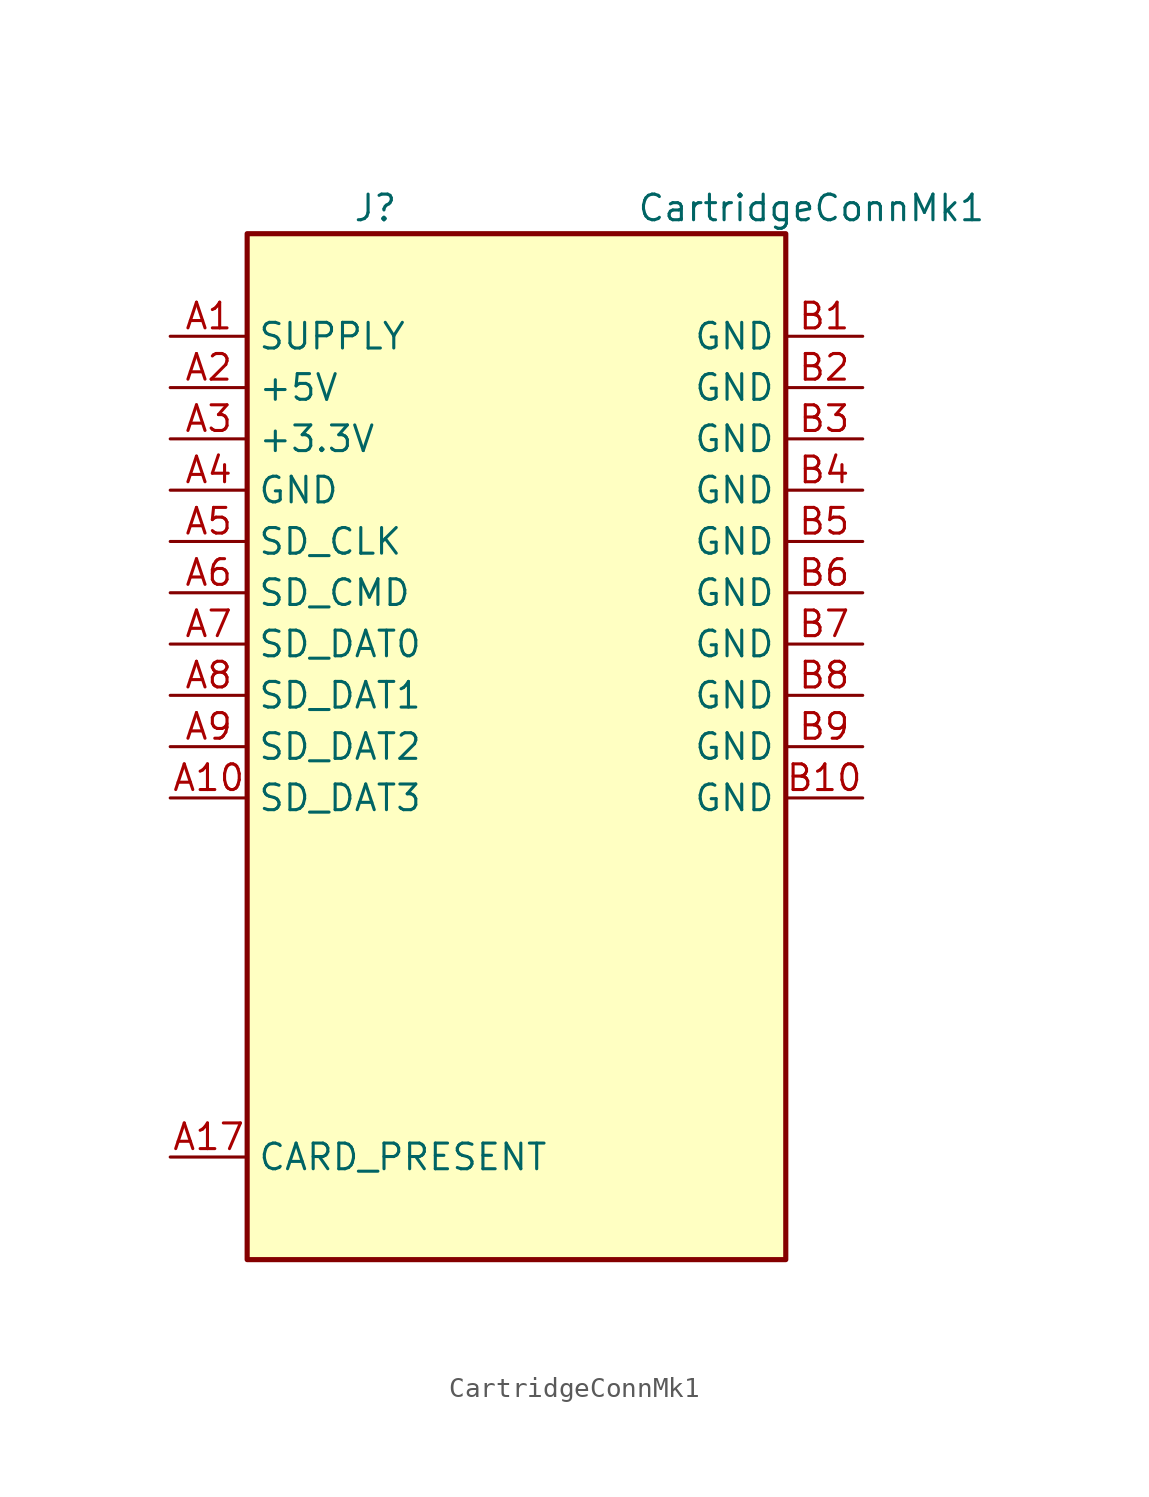
<source format=kicad_sym>
(kicad_symbol_lib
  (version 20231120)
  (generator "kicad_symbol_editor")
  (generator_version "8.0")
  (symbol "CartridgeConnMk1"
    (property "Reference" "J"
      (at -6.35 26.67 0)
      (effects (font (size 1.27 1.27))))
    (property "Value" "CartridgeConnMk1"
      (at 15.24 26.67 0)
      (effects (font (size 1.27 1.27))))
    (symbol "CartridgeConnMk1_0_1"
      (rectangle (start -12.7 25.4) (end 13.97 -25.4) (stroke (width 0.254) (type default)) (fill (type background))))
    (symbol "CartridgeConnMk1_1_1"
      (pin passive line (at -16.51 20.32 0) (length 3.81) (name "SUPPLY" (effects (font (size 1.27 1.27)))) (number "A1" (effects (font (size 1.27 1.27)))))
      (pin passive line (at -16.51 -2.54 0) (length 3.81) (name "SD_DAT3" (effects (font (size 1.27 1.27)))) (number "A10" (effects (font (size 1.27 1.27)))))
      (pin input line (at -16.51 -5.08 0) (length 3.81) hide (name "" (effects (font (size 1.27 1.27)))) (number "A11" (effects (font (size 1.27 1.27)))))
      (pin passive line (at -16.51 -7.62 0) (length 3.81) hide (name "" (effects (font (size 1.27 1.27)))) (number "A12" (effects (font (size 1.27 1.27)))))
      (pin input line (at -16.51 -10.16 0) (length 3.81) hide (name "" (effects (font (size 1.27 1.27)))) (number "A13" (effects (font (size 1.27 1.27)))))
      (pin input line (at -16.51 -12.7 0) (length 3.81) hide (name "" (effects (font (size 1.27 1.27)))) (number "A14" (effects (font (size 1.27 1.27)))))
      (pin passive line (at -16.51 -15.24 0) (length 3.81) hide (name "" (effects (font (size 1.27 1.27)))) (number "A15" (effects (font (size 1.27 1.27)))))
      (pin output line (at -16.51 -17.78 0) (length 3.81) hide (name "" (effects (font (size 1.27 1.27)))) (number "A16" (effects (font (size 1.27 1.27)))))
      (pin output line (at -16.51 -20.32 0) (length 3.81) (name "CARD_PRESENT" (effects (font (size 1.27 1.27)))) (number "A17" (effects (font (size 1.27 1.27)))))
      (pin passive line (at -16.51 -22.86 0) (length 3.81) hide (name "" (effects (font (size 1.27 1.27)))) (number "A18" (effects (font (size 1.27 1.27)))))
      (pin passive line (at -16.51 17.78 0) (length 3.81) (name "+5V" (effects (font (size 1.27 1.27)))) (number "A2" (effects (font (size 1.27 1.27)))))
      (pin passive line (at -16.51 15.24 0) (length 3.81) (name "+3.3V" (effects (font (size 1.27 1.27)))) (number "A3" (effects (font (size 1.27 1.27)))))
      (pin passive line (at -16.51 12.7 0) (length 3.81) (name "GND" (effects (font (size 1.27 1.27)))) (number "A4" (effects (font (size 1.27 1.27)))))
      (pin passive line (at -16.51 10.16 0) (length 3.81) (name "SD_CLK" (effects (font (size 1.27 1.27)))) (number "A5" (effects (font (size 1.27 1.27)))))
      (pin passive line (at -16.51 7.62 0) (length 3.81) (name "SD_CMD" (effects (font (size 1.27 1.27)))) (number "A6" (effects (font (size 1.27 1.27)))))
      (pin passive line (at -16.51 5.08 0) (length 3.81) (name "SD_DAT0" (effects (font (size 1.27 1.27)))) (number "A7" (effects (font (size 1.27 1.27)))))
      (pin passive line (at -16.51 2.54 0) (length 3.81) (name "SD_DAT1" (effects (font (size 1.27 1.27)))) (number "A8" (effects (font (size 1.27 1.27)))))
      (pin passive line (at -16.51 0 0) (length 3.81) (name "SD_DAT2" (effects (font (size 1.27 1.27)))) (number "A9" (effects (font (size 1.27 1.27)))))
      (pin passive line (at 17.78 20.32 180) (length 3.81) (name "GND" (effects (font (size 1.27 1.27)))) (number "B1" (effects (font (size 1.27 1.27)))))
      (pin passive line (at 17.78 -2.54 180) (length 3.81) (name "GND" (effects (font (size 1.27 1.27)))) (number "B10" (effects (font (size 1.27 1.27)))))
      (pin passive line (at 17.78 -5.08 180) (length 3.81) hide (name "" (effects (font (size 1.27 1.27)))) (number "B11" (effects (font (size 1.27 1.27)))))
      (pin passive line (at 17.78 -7.62 180) (length 3.81) hide (name "" (effects (font (size 1.27 1.27)))) (number "B12" (effects (font (size 1.27 1.27)))))
      (pin passive line (at 17.78 -10.16 180) (length 3.81) hide (name "" (effects (font (size 1.27 1.27)))) (number "B13" (effects (font (size 1.27 1.27)))))
      (pin passive line (at 17.78 -12.7 180) (length 3.81) hide (name "" (effects (font (size 1.27 1.27)))) (number "B14" (effects (font (size 1.27 1.27)))))
      (pin passive line (at 17.78 -15.24 180) (length 3.81) hide (name "" (effects (font (size 1.27 1.27)))) (number "B15" (effects (font (size 1.27 1.27)))))
      (pin passive line (at 17.78 -17.78 180) (length 3.81) hide (name "" (effects (font (size 1.27 1.27)))) (number "B16" (effects (font (size 1.27 1.27)))))
      (pin passive line (at 17.78 -20.32 180) (length 3.81) hide (name "" (effects (font (size 1.27 1.27)))) (number "B17" (effects (font (size 1.27 1.27)))))
      (pin passive line (at 17.78 -22.86 180) (length 3.81) hide (name "" (effects (font (size 1.27 1.27)))) (number "B18" (effects (font (size 1.27 1.27)))))
      (pin passive line (at 17.78 17.78 180) (length 3.81) (name "GND" (effects (font (size 1.27 1.27)))) (number "B2" (effects (font (size 1.27 1.27)))))
      (pin passive line (at 17.78 15.24 180) (length 3.81) (name "GND" (effects (font (size 1.27 1.27)))) (number "B3" (effects (font (size 1.27 1.27)))))
      (pin passive line (at 17.78 12.7 180) (length 3.81) (name "GND" (effects (font (size 1.27 1.27)))) (number "B4" (effects (font (size 1.27 1.27)))))
      (pin passive line (at 17.78 10.16 180) (length 3.81) (name "GND" (effects (font (size 1.27 1.27)))) (number "B5" (effects (font (size 1.27 1.27)))))
      (pin passive line (at 17.78 7.62 180) (length 3.81) (name "GND" (effects (font (size 1.27 1.27)))) (number "B6" (effects (font (size 1.27 1.27)))))
      (pin passive line (at 17.78 5.08 180) (length 3.81) (name "GND" (effects (font (size 1.27 1.27)))) (number "B7" (effects (font (size 1.27 1.27)))))
      (pin passive line (at 17.78 2.54 180) (length 3.81) (name "GND" (effects (font (size 1.27 1.27)))) (number "B8" (effects (font (size 1.27 1.27)))))
      (pin passive line (at 17.78 0 180) (length 3.81) (name "GND" (effects (font (size 1.27 1.27)))) (number "B9" (effects (font (size 1.27 1.27))))))))
</source>
